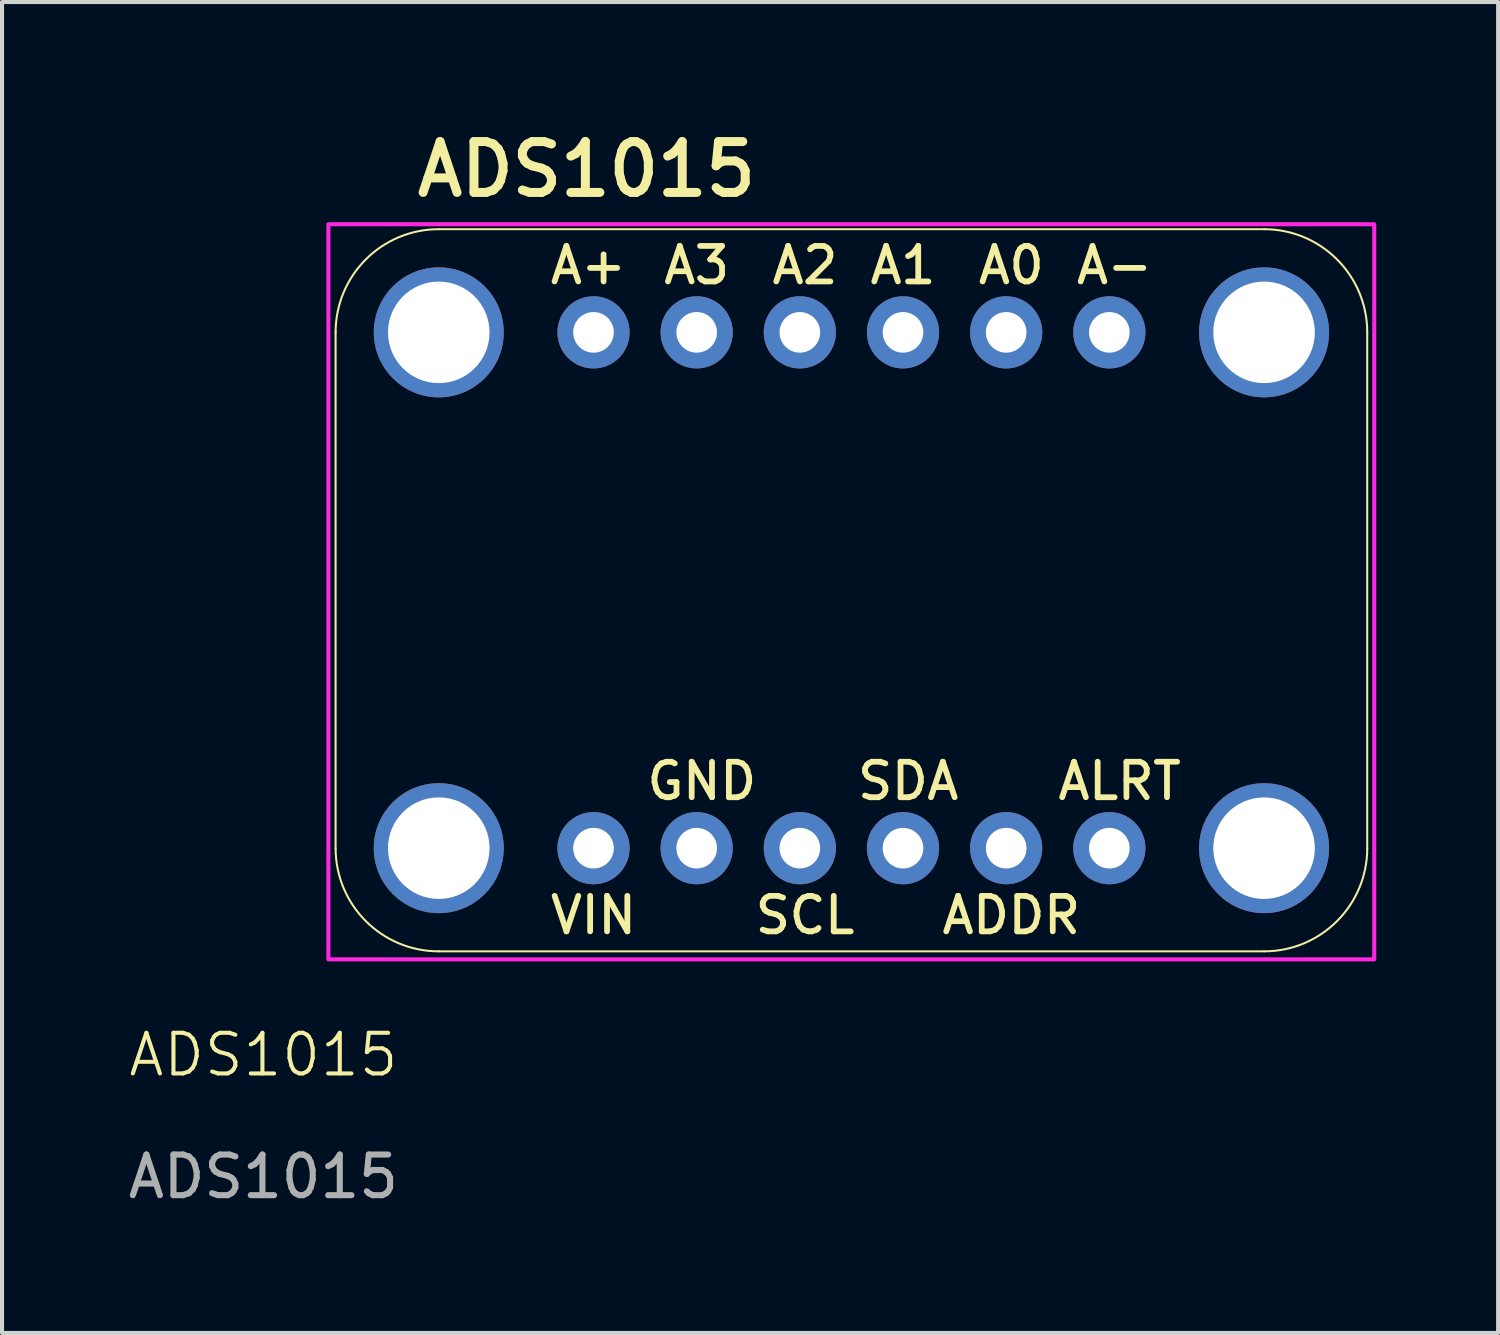
<source format=kicad_pcb>
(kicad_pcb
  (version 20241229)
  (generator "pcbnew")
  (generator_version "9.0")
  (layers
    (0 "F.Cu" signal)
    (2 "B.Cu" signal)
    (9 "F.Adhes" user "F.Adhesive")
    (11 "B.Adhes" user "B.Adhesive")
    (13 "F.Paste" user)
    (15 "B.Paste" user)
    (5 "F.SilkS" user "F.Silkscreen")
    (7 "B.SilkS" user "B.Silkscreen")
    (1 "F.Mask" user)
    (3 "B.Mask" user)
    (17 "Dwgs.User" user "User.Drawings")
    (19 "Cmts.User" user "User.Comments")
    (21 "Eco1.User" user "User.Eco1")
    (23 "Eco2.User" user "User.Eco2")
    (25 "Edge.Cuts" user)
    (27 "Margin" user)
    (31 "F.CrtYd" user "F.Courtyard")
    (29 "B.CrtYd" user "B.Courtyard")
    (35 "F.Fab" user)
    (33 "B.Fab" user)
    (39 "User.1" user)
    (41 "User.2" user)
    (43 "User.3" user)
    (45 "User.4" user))
  (footprint "ADS1015"
    (layer "F.Cu")
    (at 3.435 23.421)
    (property "Reference" "ADS1015" (at 0 -0.5 0) (unlocked yes) (layer "F.SilkS") (effects (font (size 1 1) (thickness 0.1))))
    (attr through_hole)
    (fp_line (start 1.778 -18.288) (end 1.778 -5.588) (stroke (width 0.05) (type solid)) (layer "F.SilkS"))
    (fp_line (start 4.318 -3.048) (end 24.638 -3.048) (stroke (width 0.05) (type solid)) (layer "F.SilkS"))
    (fp_line (start 24.638 -20.828) (end 4.318 -20.828) (stroke (width 0.05) (type solid)) (layer "F.SilkS"))
    (fp_line (start 27.178 -5.588) (end 27.178 -18.288) (stroke (width 0.05) (type solid)) (layer "F.SilkS"))
    (fp_arc (start 1.778 -18.288) (mid 2.521949 -20.084051) (end 4.318 -20.828) (stroke (width 0.05) (type solid)) (layer "F.SilkS"))
    (fp_arc (start 4.318 -3.048) (mid 2.521949 -3.791949) (end 1.778 -5.588) (stroke (width 0.05) (type solid)) (layer "F.SilkS"))
    (fp_arc (start 24.638 -20.828) (mid 26.434051 -20.084051) (end 27.178 -18.288) (stroke (width 0.05) (type solid)) (layer "F.SilkS"))
    (fp_arc (start 27.178 -5.588) (mid 26.434051 -3.791949) (end 24.638 -3.048) (stroke (width 0.05) (type solid)) (layer "F.SilkS"))
    (fp_rect (start 1.6 -20.95) (end 27.35 -2.85) (stroke (width 0.1) (type default)) (fill no) (layer "F.CrtYd"))
    (fp_poly (pts (xy 23.876 -17.526) (xy 24.384 -17.526) (xy 24.384 -18.034) (xy 23.876 -18.034)) (stroke (width 0.1) (type default)) (fill no) (layer "F.Fab"))
    (fp_poly (pts (xy 23.876 -17.526) (xy 24.384 -17.526) (xy 24.384 -18.034) (xy 23.876 -18.034)) (stroke (width 0.1) (type default)) (fill no) (layer "F.Fab"))
    (fp_text user "ADDR" (at 18.415 -3.937 0) (unlocked yes) (layer "F.SilkS") (effects (font (size 0.874 0.874) (thickness 0.142))))
    (fp_text user "VIN" (at 8.128 -3.937 0) (unlocked yes) (layer "F.SilkS") (effects (font (size 0.874 0.874) (thickness 0.142))))
    (fp_text user "A0" (at 18.415 -19.939 0) (unlocked yes) (layer "F.SilkS") (effects (font (size 0.874 0.874) (thickness 0.142))))
    (fp_text user "GND" (at 10.795 -7.239 0) (unlocked yes) (layer "F.SilkS") (effects (font (size 0.874 0.874) (thickness 0.142))))
    (fp_text user "A-" (at 20.955 -19.939 0) (unlocked yes) (layer "F.SilkS") (effects (font (size 0.874 0.874) (thickness 0.142))))
    (fp_text user "A3" (at 10.668 -19.939 0) (unlocked yes) (layer "F.SilkS") (effects (font (size 0.874 0.874) (thickness 0.142))))
    (fp_text user "SCL" (at 13.335 -3.937 0) (unlocked yes) (layer "F.SilkS") (effects (font (size 0.874 0.874) (thickness 0.142))))
    (fp_text user "ALRT" (at 21.082 -7.239 0) (unlocked yes) (layer "F.SilkS") (effects (font (size 0.874 0.874) (thickness 0.142))))
    (fp_text user "ADS1015" (at 7.957 -22.301 0) (unlocked yes) (layer "F.SilkS") (effects (font (size 1.252 1.252) (thickness 0.221))))
    (fp_text user "A+" (at 8.001 -19.939 0) (unlocked yes) (layer "F.SilkS") (effects (font (size 0.874 0.874) (thickness 0.142))))
    (fp_text user "SDA" (at 15.875 -7.239 0) (unlocked yes) (layer "F.SilkS") (effects (font (size 0.874 0.874) (thickness 0.142))))
    (fp_text user "A2" (at 13.335 -19.939 0) (unlocked yes) (layer "F.SilkS") (effects (font (size 0.874 0.874) (thickness 0.142))))
    (fp_text user "A1" (at 15.748 -19.939 0) (unlocked yes) (layer "F.SilkS") (effects (font (size 0.874 0.874) (thickness 0.142))))
    (fp_text user "${REFERENCE}" (at 0 2.5 0) (unlocked yes) (layer "F.Fab") (effects (font (size 1 1) (thickness 0.15))))
    (pad "1" thru_hole circle (at 8.128 -5.588 90) (size 1.778 1.778) (drill 1) (layers "*.Cu" "*.Mask"))
    (pad "2" thru_hole circle (at 10.668 -5.588 90) (size 1.778 1.778) (drill 1) (layers "*.Cu" "*.Mask"))
    (pad "3" thru_hole circle (at 13.208 -5.588 90) (size 1.778 1.778) (drill 1) (layers "*.Cu" "*.Mask"))
    (pad "4" thru_hole circle (at 15.748 -5.588 90) (size 1.778 1.778) (drill 1) (layers "*.Cu" "*.Mask"))
    (pad "5" thru_hole circle (at 18.288 -5.588 90) (size 1.778 1.778) (drill 1) (layers "*.Cu" "*.Mask"))
    (pad "6" thru_hole circle (at 20.828 -5.588 90) (size 1.778 1.778) (drill 1) (layers "*.Cu" "*.Mask"))
    (pad "7" thru_hole circle (at 8.128 -18.288 90) (size 1.778 1.778) (drill 1) (layers "*.Cu" "*.Mask"))
    (pad "8" thru_hole circle (at 10.668 -18.288 90) (size 1.778 1.778) (drill 1) (layers "*.Cu" "*.Mask"))
    (pad "9" thru_hole circle (at 13.208 -18.288 90) (size 1.778 1.778) (drill 1) (layers "*.Cu" "*.Mask"))
    (pad "10" thru_hole circle (at 15.748 -18.288 90) (size 1.778 1.778) (drill 1) (layers "*.Cu" "*.Mask"))
    (pad "11" thru_hole circle (at 18.288 -18.288 90) (size 1.778 1.778) (drill 1) (layers "*.Cu" "*.Mask"))
    (pad "12" thru_hole circle (at 20.828 -18.288 90) (size 1.778 1.778) (drill 1) (layers "*.Cu" "*.Mask"))
    (pad "P$1" thru_hole circle (at 4.318 -18.288) (size 3.2 3.2) (drill 2.5) (layers "*.Cu" "*.Mask"))
    (pad "P$1" thru_hole circle (at 4.318 -5.588) (size 3.2 3.2) (drill 2.5) (layers "*.Cu" "*.Mask"))
    (pad "P$1" thru_hole circle (at 24.638 -18.288) (size 3.2 3.2) (drill 2.5) (layers "*.Cu" "*.Mask"))
    (pad "P$1" thru_hole circle (at 24.638 -5.588) (size 3.2 3.2) (drill 2.5) (layers "*.Cu" "*.Mask"))
    (zone (net_name "") (layer "F.Cu") (hatch edge 0.5) (connect_pads) (min_thickness 0.25) (filled_areas_thickness no) (keepout (tracks not_allowed) (vias not_allowed) (pads not_allowed) (copperpour not_allowed) (footprints allowed)) (placement (enabled no)) (fill) (polygon (pts (xy 9.769 5.133) (xy 9.749 4.852) (xy 9.69 4.577) (xy 9.594 4.313) (xy 9.462 4.065) (xy 9.297 3.837) (xy 9.101 3.635) (xy 8.88 3.462) (xy 8.636 3.321) (xy 8.376 3.216) (xy 8.103 3.148) (xy 7.823 3.118) (xy 7.542 3.128) (xy 7.265 3.177) (xy 6.997 3.264) (xy 6.745 3.387) (xy 6.511 3.544) (xy 6.302 3.733) (xy 6.122 3.948) (xy 5.973 4.187) (xy 5.858 4.443) (xy 5.781 4.714) (xy 5.741 4.992) (xy 5.741 5.274) (xy 5.781 5.552) (xy 5.858 5.822) (xy 5.973 6.079) (xy 6.122 6.318) (xy 6.302 6.533) (xy 6.511 6.722) (xy 6.745 6.879) (xy 6.997 7.002) (xy 7.265 7.089) (xy 7.542 7.138) (xy 7.823 7.148) (xy 8.103 7.118) (xy 8.376 7.05) (xy 8.636 6.945) (xy 8.88 6.804) (xy 9.101 6.631) (xy 9.297 6.429) (xy 9.462 6.201) (xy 9.594 5.953) (xy 9.69 5.689) (xy 9.749 5.414))) (polygon (pts (xy 7.737 5.133) (xy 7.741 5.144) (xy 7.753 5.149) (xy 7.764 5.144) (xy 7.769 5.133) (xy 7.764 5.122) (xy 7.753 5.117) (xy 7.741 5.122))))
    (zone (net_name "") (layer "F.Cu") (hatch edge 0.5) (connect_pads) (min_thickness 0.25) (filled_areas_thickness no) (keepout (tracks not_allowed) (vias not_allowed) (pads not_allowed) (copperpour not_allowed) (footprints allowed)) (placement (enabled no)) (fill) (polygon (pts (xy 9.769 17.833) (xy 9.749 17.552) (xy 9.69 17.277) (xy 9.594 17.013) (xy 9.462 16.765) (xy 9.297 16.537) (xy 9.101 16.335) (xy 8.88 16.162) (xy 8.636 16.021) (xy 8.376 15.916) (xy 8.103 15.848) (xy 7.823 15.818) (xy 7.542 15.828) (xy 7.265 15.877) (xy 6.997 15.964) (xy 6.745 16.087) (xy 6.511 16.244) (xy 6.302 16.433) (xy 6.122 16.648) (xy 5.973 16.887) (xy 5.858 17.143) (xy 5.781 17.414) (xy 5.741 17.692) (xy 5.741 17.974) (xy 5.781 18.252) (xy 5.858 18.522) (xy 5.973 18.779) (xy 6.122 19.018) (xy 6.302 19.233) (xy 6.511 19.422) (xy 6.745 19.579) (xy 6.997 19.702) (xy 7.265 19.789) (xy 7.542 19.838) (xy 7.823 19.848) (xy 8.103 19.818) (xy 8.376 19.75) (xy 8.636 19.645) (xy 8.88 19.504) (xy 9.101 19.331) (xy 9.297 19.129) (xy 9.462 18.901) (xy 9.594 18.653) (xy 9.69 18.389) (xy 9.749 18.114))) (polygon (pts (xy 7.737 17.833) (xy 7.741 17.844) (xy 7.753 17.849) (xy 7.764 17.844) (xy 7.769 17.833) (xy 7.764 17.822) (xy 7.753 17.817) (xy 7.741 17.822))))
    (zone (net_name "") (layer "F.Cu") (hatch edge 0.5) (connect_pads) (min_thickness 0.25) (filled_areas_thickness no) (keepout (tracks not_allowed) (vias not_allowed) (pads not_allowed) (copperpour not_allowed) (footprints allowed)) (placement (enabled no)) (fill) (polygon (pts (xy 30.089 5.133) (xy 30.069 4.852) (xy 30.01 4.577) (xy 29.914 4.313) (xy 29.782 4.065) (xy 29.617 3.837) (xy 29.421 3.635) (xy 29.2 3.462) (xy 28.956 3.321) (xy 28.696 3.216) (xy 28.423 3.148) (xy 28.143 3.118) (xy 27.862 3.128) (xy 27.585 3.177) (xy 27.317 3.264) (xy 27.065 3.387) (xy 26.831 3.544) (xy 26.622 3.733) (xy 26.442 3.948) (xy 26.293 4.187) (xy 26.178 4.443) (xy 26.101 4.714) (xy 26.061 4.992) (xy 26.061 5.274) (xy 26.101 5.552) (xy 26.178 5.822) (xy 26.293 6.079) (xy 26.442 6.318) (xy 26.622 6.533) (xy 26.831 6.722) (xy 27.065 6.879) (xy 27.317 7.002) (xy 27.585 7.089) (xy 27.862 7.138) (xy 28.143 7.148) (xy 28.423 7.118) (xy 28.696 7.05) (xy 28.956 6.945) (xy 29.2 6.804) (xy 29.421 6.631) (xy 29.617 6.429) (xy 29.782 6.201) (xy 29.914 5.953) (xy 30.01 5.689) (xy 30.069 5.414))) (polygon (pts (xy 28.057 5.133) (xy 28.061 5.144) (xy 28.073 5.149) (xy 28.084 5.144) (xy 28.089 5.133) (xy 28.084 5.122) (xy 28.073 5.117) (xy 28.061 5.122))))
    (zone (net_name "") (layer "F.Cu") (hatch edge 0.5) (connect_pads) (min_thickness 0.25) (filled_areas_thickness no) (keepout (tracks not_allowed) (vias not_allowed) (pads not_allowed) (copperpour not_allowed) (footprints allowed)) (placement (enabled no)) (fill) (polygon (pts (xy 30.089 17.833) (xy 30.069 17.552) (xy 30.01 17.277) (xy 29.914 17.013) (xy 29.782 16.765) (xy 29.617 16.537) (xy 29.421 16.335) (xy 29.2 16.162) (xy 28.956 16.021) (xy 28.696 15.916) (xy 28.423 15.848) (xy 28.143 15.818) (xy 27.862 15.828) (xy 27.585 15.877) (xy 27.317 15.964) (xy 27.065 16.087) (xy 26.831 16.244) (xy 26.622 16.433) (xy 26.442 16.648) (xy 26.293 16.887) (xy 26.178 17.143) (xy 26.101 17.414) (xy 26.061 17.692) (xy 26.061 17.974) (xy 26.101 18.252) (xy 26.178 18.522) (xy 26.293 18.779) (xy 26.442 19.018) (xy 26.622 19.233) (xy 26.831 19.422) (xy 27.065 19.579) (xy 27.317 19.702) (xy 27.585 19.789) (xy 27.862 19.838) (xy 28.143 19.848) (xy 28.423 19.818) (xy 28.696 19.75) (xy 28.956 19.645) (xy 29.2 19.504) (xy 29.421 19.331) (xy 29.617 19.129) (xy 29.782 18.901) (xy 29.914 18.653) (xy 30.01 18.389) (xy 30.069 18.114))) (polygon (pts (xy 28.057 17.833) (xy 28.061 17.844) (xy 28.073 17.849) (xy 28.084 17.844) (xy 28.089 17.833) (xy 28.084 17.822) (xy 28.073 17.817) (xy 28.061 17.822))))
    (zone (net_name "") (layer "B.Cu") (hatch edge 0.5) (connect_pads) (min_thickness 0.25) (filled_areas_thickness no) (keepout (tracks not_allowed) (vias not_allowed) (pads not_allowed) (copperpour not_allowed) (footprints allowed)) (placement (enabled no)) (fill) (polygon (pts (xy 9.769 5.133) (xy 9.749 4.852) (xy 9.69 4.577) (xy 9.594 4.313) (xy 9.462 4.065) (xy 9.297 3.837) (xy 9.101 3.635) (xy 8.88 3.462) (xy 8.636 3.321) (xy 8.376 3.216) (xy 8.103 3.148) (xy 7.823 3.118) (xy 7.542 3.128) (xy 7.265 3.177) (xy 6.997 3.264) (xy 6.745 3.387) (xy 6.511 3.544) (xy 6.302 3.733) (xy 6.122 3.948) (xy 5.973 4.187) (xy 5.858 4.443) (xy 5.781 4.714) (xy 5.741 4.992) (xy 5.741 5.274) (xy 5.781 5.552) (xy 5.858 5.822) (xy 5.973 6.079) (xy 6.122 6.318) (xy 6.302 6.533) (xy 6.511 6.722) (xy 6.745 6.879) (xy 6.997 7.002) (xy 7.265 7.089) (xy 7.542 7.138) (xy 7.823 7.148) (xy 8.103 7.118) (xy 8.376 7.05) (xy 8.636 6.945) (xy 8.88 6.804) (xy 9.101 6.631) (xy 9.297 6.429) (xy 9.462 6.201) (xy 9.594 5.953) (xy 9.69 5.689) (xy 9.749 5.414))) (polygon (pts (xy 7.737 5.133) (xy 7.741 5.144) (xy 7.753 5.149) (xy 7.764 5.144) (xy 7.769 5.133) (xy 7.764 5.122) (xy 7.753 5.117) (xy 7.741 5.122))))
    (zone (net_name "") (layer "B.Cu") (hatch edge 0.5) (connect_pads) (min_thickness 0.25) (filled_areas_thickness no) (keepout (tracks not_allowed) (vias not_allowed) (pads not_allowed) (copperpour not_allowed) (footprints allowed)) (placement (enabled no)) (fill) (polygon (pts (xy 9.769 17.833) (xy 9.749 17.552) (xy 9.69 17.277) (xy 9.594 17.013) (xy 9.462 16.765) (xy 9.297 16.537) (xy 9.101 16.335) (xy 8.88 16.162) (xy 8.636 16.021) (xy 8.376 15.916) (xy 8.103 15.848) (xy 7.823 15.818) (xy 7.542 15.828) (xy 7.265 15.877) (xy 6.997 15.964) (xy 6.745 16.087) (xy 6.511 16.244) (xy 6.302 16.433) (xy 6.122 16.648) (xy 5.973 16.887) (xy 5.858 17.143) (xy 5.781 17.414) (xy 5.741 17.692) (xy 5.741 17.974) (xy 5.781 18.252) (xy 5.858 18.522) (xy 5.973 18.779) (xy 6.122 19.018) (xy 6.302 19.233) (xy 6.511 19.422) (xy 6.745 19.579) (xy 6.997 19.702) (xy 7.265 19.789) (xy 7.542 19.838) (xy 7.823 19.848) (xy 8.103 19.818) (xy 8.376 19.75) (xy 8.636 19.645) (xy 8.88 19.504) (xy 9.101 19.331) (xy 9.297 19.129) (xy 9.462 18.901) (xy 9.594 18.653) (xy 9.69 18.389) (xy 9.749 18.114))) (polygon (pts (xy 7.737 17.833) (xy 7.741 17.844) (xy 7.753 17.849) (xy 7.764 17.844) (xy 7.769 17.833) (xy 7.764 17.822) (xy 7.753 17.817) (xy 7.741 17.822))))
    (zone (net_name "") (layer "B.Cu") (hatch edge 0.5) (connect_pads) (min_thickness 0.25) (filled_areas_thickness no) (keepout (tracks not_allowed) (vias not_allowed) (pads not_allowed) (copperpour not_allowed) (footprints allowed)) (placement (enabled no)) (fill) (polygon (pts (xy 30.089 5.133) (xy 30.069 4.852) (xy 30.01 4.577) (xy 29.914 4.313) (xy 29.782 4.065) (xy 29.617 3.837) (xy 29.421 3.635) (xy 29.2 3.462) (xy 28.956 3.321) (xy 28.696 3.216) (xy 28.423 3.148) (xy 28.143 3.118) (xy 27.862 3.128) (xy 27.585 3.177) (xy 27.317 3.264) (xy 27.065 3.387) (xy 26.831 3.544) (xy 26.622 3.733) (xy 26.442 3.948) (xy 26.293 4.187) (xy 26.178 4.443) (xy 26.101 4.714) (xy 26.061 4.992) (xy 26.061 5.274) (xy 26.101 5.552) (xy 26.178 5.822) (xy 26.293 6.079) (xy 26.442 6.318) (xy 26.622 6.533) (xy 26.831 6.722) (xy 27.065 6.879) (xy 27.317 7.002) (xy 27.585 7.089) (xy 27.862 7.138) (xy 28.143 7.148) (xy 28.423 7.118) (xy 28.696 7.05) (xy 28.956 6.945) (xy 29.2 6.804) (xy 29.421 6.631) (xy 29.617 6.429) (xy 29.782 6.201) (xy 29.914 5.953) (xy 30.01 5.689) (xy 30.069 5.414))) (polygon (pts (xy 28.057 5.133) (xy 28.061 5.144) (xy 28.073 5.149) (xy 28.084 5.144) (xy 28.089 5.133) (xy 28.084 5.122) (xy 28.073 5.117) (xy 28.061 5.122))))
    (zone (net_name "") (layer "B.Cu") (hatch edge 0.5) (connect_pads) (min_thickness 0.25) (filled_areas_thickness no) (keepout (tracks not_allowed) (vias not_allowed) (pads not_allowed) (copperpour not_allowed) (footprints allowed)) (placement (enabled no)) (fill) (polygon (pts (xy 30.089 17.833) (xy 30.069 17.552) (xy 30.01 17.277) (xy 29.914 17.013) (xy 29.782 16.765) (xy 29.617 16.537) (xy 29.421 16.335) (xy 29.2 16.162) (xy 28.956 16.021) (xy 28.696 15.916) (xy 28.423 15.848) (xy 28.143 15.818) (xy 27.862 15.828) (xy 27.585 15.877) (xy 27.317 15.964) (xy 27.065 16.087) (xy 26.831 16.244) (xy 26.622 16.433) (xy 26.442 16.648) (xy 26.293 16.887) (xy 26.178 17.143) (xy 26.101 17.414) (xy 26.061 17.692) (xy 26.061 17.974) (xy 26.101 18.252) (xy 26.178 18.522) (xy 26.293 18.779) (xy 26.442 19.018) (xy 26.622 19.233) (xy 26.831 19.422) (xy 27.065 19.579) (xy 27.317 19.702) (xy 27.585 19.789) (xy 27.862 19.838) (xy 28.143 19.848) (xy 28.423 19.818) (xy 28.696 19.75) (xy 28.956 19.645) (xy 29.2 19.504) (xy 29.421 19.331) (xy 29.617 19.129) (xy 29.782 18.901) (xy 29.914 18.653) (xy 30.01 18.389) (xy 30.069 18.114))) (polygon (pts (xy 28.057 17.833) (xy 28.061 17.844) (xy 28.073 17.849) (xy 28.084 17.844) (xy 28.089 17.833) (xy 28.084 17.822) (xy 28.073 17.817) (xy 28.061 17.822)))))
  (gr_rect
    (start -3 -3)
    (end 33.835 29.769)
    (stroke (width 0.1) (type default))
    (fill no)
    (layer "Edge.Cuts")))
</source>
